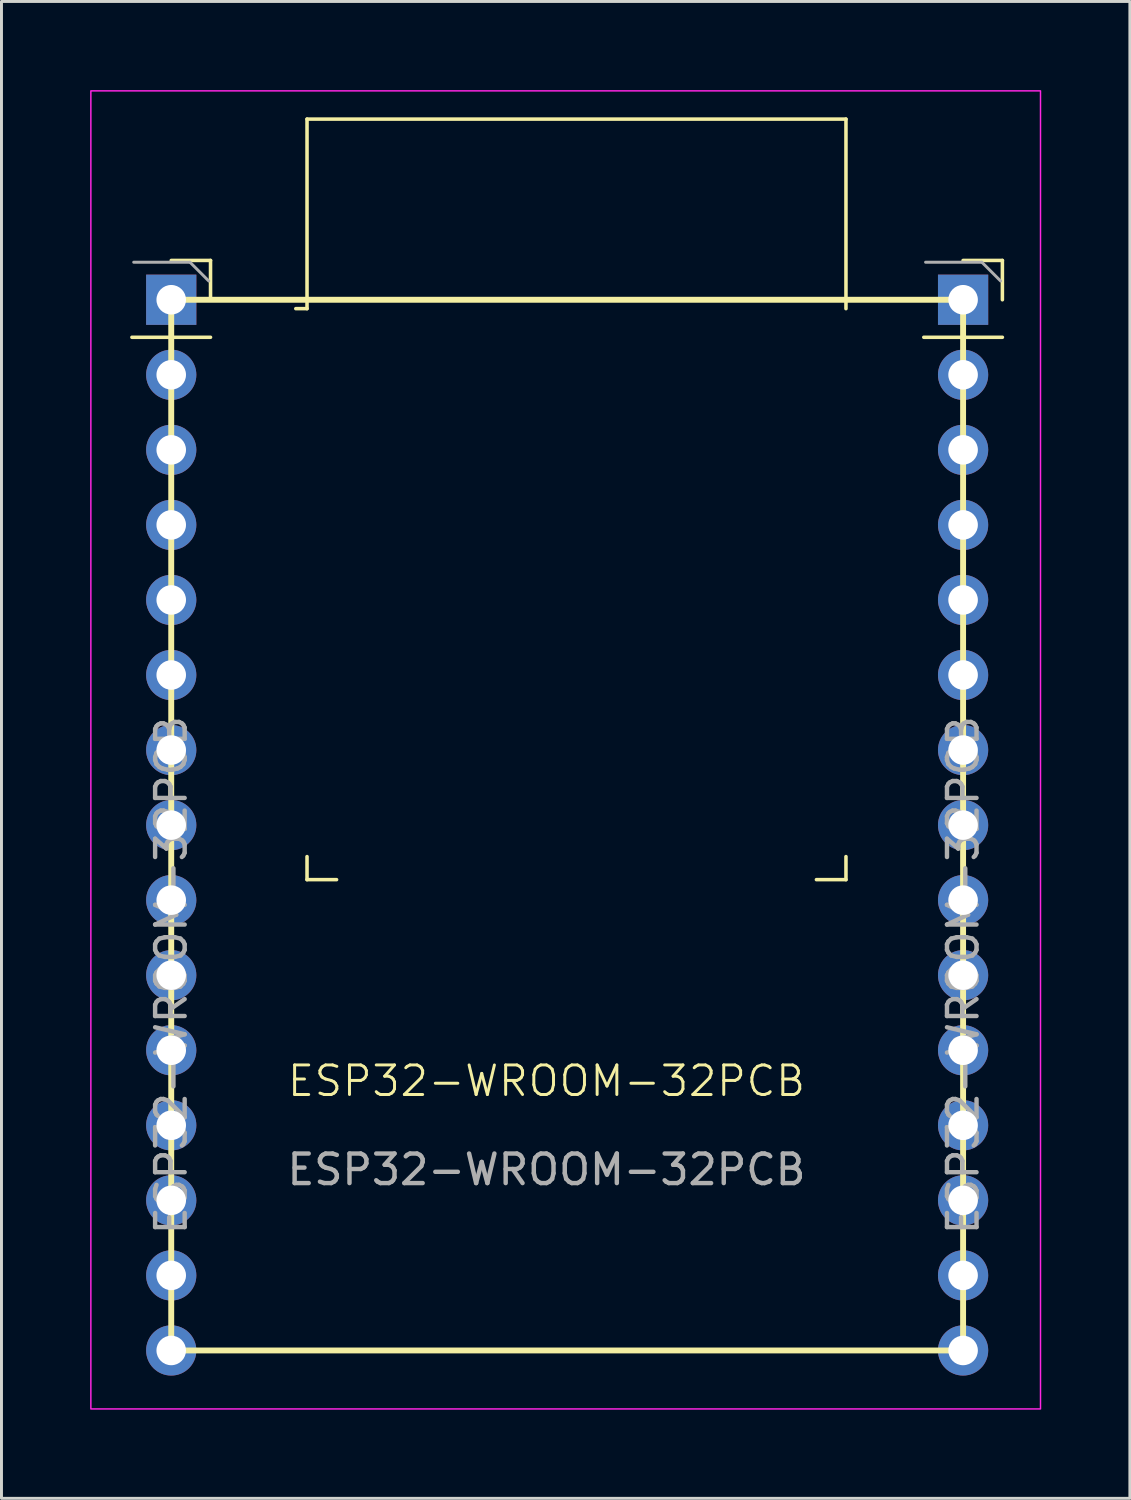
<source format=kicad_pcb>
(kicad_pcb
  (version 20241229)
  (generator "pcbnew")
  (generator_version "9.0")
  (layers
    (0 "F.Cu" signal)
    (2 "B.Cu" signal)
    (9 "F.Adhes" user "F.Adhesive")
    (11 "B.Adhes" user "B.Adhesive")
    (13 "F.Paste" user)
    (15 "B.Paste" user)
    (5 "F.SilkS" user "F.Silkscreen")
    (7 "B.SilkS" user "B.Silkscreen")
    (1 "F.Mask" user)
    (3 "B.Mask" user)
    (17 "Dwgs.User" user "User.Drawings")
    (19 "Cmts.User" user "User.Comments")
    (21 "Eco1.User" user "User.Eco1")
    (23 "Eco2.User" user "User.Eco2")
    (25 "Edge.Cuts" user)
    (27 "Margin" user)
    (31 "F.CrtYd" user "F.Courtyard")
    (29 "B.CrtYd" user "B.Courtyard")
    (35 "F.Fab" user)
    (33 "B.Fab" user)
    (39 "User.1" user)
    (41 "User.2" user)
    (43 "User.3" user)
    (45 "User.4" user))
  (footprint "ESP32-WROOM-32PCB"
    (layer "F.Cu")
    (at 2.745 7.095)
    (property "Reference" "ESP32-WROOM-32PCB" (at 12.7 26.44 0) (unlocked yes) (layer "F.SilkS") (effects (font (size 1 1) (thickness 0.1))))
    (attr through_hole)
    (fp_line (start -1.33 1.27) (end 1.33 1.27) (stroke (width 0.12) (type solid)) (layer "F.SilkS"))
    (fp_line (start 0 -1.33) (end 1.33 -1.33) (stroke (width 0.12) (type solid)) (layer "F.SilkS"))
    (fp_line (start 1.33 -1.33) (end 1.33 0) (stroke (width 0.12) (type solid)) (layer "F.SilkS"))
    (fp_line (start 4.596 -6.114) (end 4.596 0.301) (stroke (width 0.12) (type solid)) (layer "F.SilkS"))
    (fp_line (start 4.596 -6.114) (end 22.836 -6.114) (stroke (width 0.12) (type solid)) (layer "F.SilkS"))
    (fp_line (start 4.596 0.301) (end 4.216 0.301) (stroke (width 0.12) (type solid)) (layer "F.SilkS"))
    (fp_line (start 4.596 18.846) (end 4.596 19.626) (stroke (width 0.12) (type solid)) (layer "F.SilkS"))
    (fp_line (start 4.596 19.626) (end 5.596 19.626) (stroke (width 0.12) (type solid)) (layer "F.SilkS"))
    (fp_line (start 22.836 -6.114) (end 22.836 0.301) (stroke (width 0.12) (type solid)) (layer "F.SilkS"))
    (fp_line (start 22.836 18.846) (end 22.836 19.626) (stroke (width 0.12) (type solid)) (layer "F.SilkS"))
    (fp_line (start 22.836 19.626) (end 21.836 19.626) (stroke (width 0.12) (type solid)) (layer "F.SilkS"))
    (fp_line (start 25.47 1.27) (end 28.13 1.27) (stroke (width 0.12) (type solid)) (layer "F.SilkS"))
    (fp_line (start 26.8 -1.33) (end 28.13 -1.33) (stroke (width 0.12) (type solid)) (layer "F.SilkS"))
    (fp_line (start 28.13 -1.33) (end 28.13 0) (stroke (width 0.12) (type solid)) (layer "F.SilkS"))
    (fp_rect (start 0 0) (end 26.8 35.56) (stroke (width 0.2) (type default)) (fill no) (layer "F.SilkS"))
    (fp_rect (start -2.72 -7.07) (end 29.42 37.54) (stroke (width 0.05) (type default)) (fill no) (layer "F.CrtYd"))
    (fp_line (start -1.27 -1.27) (end 0.635 -1.27) (stroke (width 0.1) (type solid)) (layer "F.Fab"))
    (fp_line (start 0.635 -1.27) (end 1.27 -0.635) (stroke (width 0.1) (type solid)) (layer "F.Fab"))
    (fp_line (start 25.53 -1.27) (end 27.435 -1.27) (stroke (width 0.1) (type solid)) (layer "F.Fab"))
    (fp_line (start 27.435 -1.27) (end 28.07 -0.635) (stroke (width 0.1) (type solid)) (layer "F.Fab"))
    (fp_text user "${REFERENCE}" (at 12.7 29.44 0) (unlocked yes) (layer "F.Fab") (effects (font (size 1 1) (thickness 0.15))))
    (fp_text user "${REFERENCE}" (at 26.8 22.86 90) (layer "F.Fab") (effects (font (size 1 1) (thickness 0.15))))
    (fp_text user "${REFERENCE}" (at 0 22.86 90) (layer "F.Fab") (effects (font (size 1 1) (thickness 0.15))))
    (pad "1" thru_hole rect (at 0 0) (size 1.7 1.7) (drill 1) (layers "*.Cu" "*.Mask"))
    (pad "2" thru_hole oval (at 0 2.54) (size 1.7 1.7) (drill 1) (layers "*.Cu" "*.Mask"))
    (pad "3" thru_hole oval (at 0 5.08) (size 1.7 1.7) (drill 1) (layers "*.Cu" "*.Mask"))
    (pad "4" thru_hole oval (at 0 7.62) (size 1.7 1.7) (drill 1) (layers "*.Cu" "*.Mask"))
    (pad "5" thru_hole oval (at 0 10.16) (size 1.7 1.7) (drill 1) (layers "*.Cu" "*.Mask"))
    (pad "6" thru_hole oval (at 0 12.7) (size 1.7 1.7) (drill 1) (layers "*.Cu" "*.Mask"))
    (pad "7" thru_hole oval (at 0 15.24) (size 1.7 1.7) (drill 1) (layers "*.Cu" "*.Mask"))
    (pad "8" thru_hole oval (at 0 17.78) (size 1.7 1.7) (drill 1) (layers "*.Cu" "*.Mask"))
    (pad "9" thru_hole oval (at 0 20.32) (size 1.7 1.7) (drill 1) (layers "*.Cu" "*.Mask"))
    (pad "10" thru_hole oval (at 0 22.86) (size 1.7 1.7) (drill 1) (layers "*.Cu" "*.Mask"))
    (pad "11" thru_hole oval (at 0 25.4) (size 1.7 1.7) (drill 1) (layers "*.Cu" "*.Mask"))
    (pad "12" thru_hole oval (at 0 27.94) (size 1.7 1.7) (drill 1) (layers "*.Cu" "*.Mask"))
    (pad "13" thru_hole oval (at 0 30.48) (size 1.7 1.7) (drill 1) (layers "*.Cu" "*.Mask"))
    (pad "14" thru_hole oval (at 0 33.02) (size 1.7 1.7) (drill 1) (layers "*.Cu" "*.Mask"))
    (pad "15" thru_hole oval (at 0 35.56) (size 1.7 1.7) (drill 1) (layers "*.Cu" "*.Mask"))
    (pad "16" thru_hole rect (at 26.8 0) (size 1.7 1.7) (drill 1) (layers "*.Cu" "*.Mask"))
    (pad "17" thru_hole oval (at 26.8 2.54) (size 1.7 1.7) (drill 1) (layers "*.Cu" "*.Mask"))
    (pad "18" thru_hole oval (at 26.8 5.08) (size 1.7 1.7) (drill 1) (layers "*.Cu" "*.Mask"))
    (pad "19" thru_hole oval (at 26.8 7.62) (size 1.7 1.7) (drill 1) (layers "*.Cu" "*.Mask"))
    (pad "20" thru_hole oval (at 26.8 10.16) (size 1.7 1.7) (drill 1) (layers "*.Cu" "*.Mask"))
    (pad "21" thru_hole oval (at 26.8 12.7) (size 1.7 1.7) (drill 1) (layers "*.Cu" "*.Mask"))
    (pad "22" thru_hole oval (at 26.8 15.24) (size 1.7 1.7) (drill 1) (layers "*.Cu" "*.Mask"))
    (pad "23" thru_hole oval (at 26.8 17.78) (size 1.7 1.7) (drill 1) (layers "*.Cu" "*.Mask"))
    (pad "24" thru_hole oval (at 26.8 20.32) (size 1.7 1.7) (drill 1) (layers "*.Cu" "*.Mask"))
    (pad "25" thru_hole oval (at 26.8 22.86) (size 1.7 1.7) (drill 1) (layers "*.Cu" "*.Mask"))
    (pad "26" thru_hole oval (at 26.8 25.4) (size 1.7 1.7) (drill 1) (layers "*.Cu" "*.Mask"))
    (pad "27" thru_hole oval (at 26.8 27.94) (size 1.7 1.7) (drill 1) (layers "*.Cu" "*.Mask"))
    (pad "28" thru_hole oval (at 26.8 30.48) (size 1.7 1.7) (drill 1) (layers "*.Cu" "*.Mask"))
    (pad "29" thru_hole oval (at 26.8 33.02) (size 1.7 1.7) (drill 1) (layers "*.Cu" "*.Mask"))
    (pad "30" thru_hole oval (at 26.8 35.56) (size 1.7 1.7) (drill 1) (layers "*.Cu" "*.Mask")))
  (gr_rect
    (start -3 -3)
    (end 35.19 47.66)
    (stroke (width 0.1) (type default))
    (fill no)
    (layer "Edge.Cuts")))
</source>
